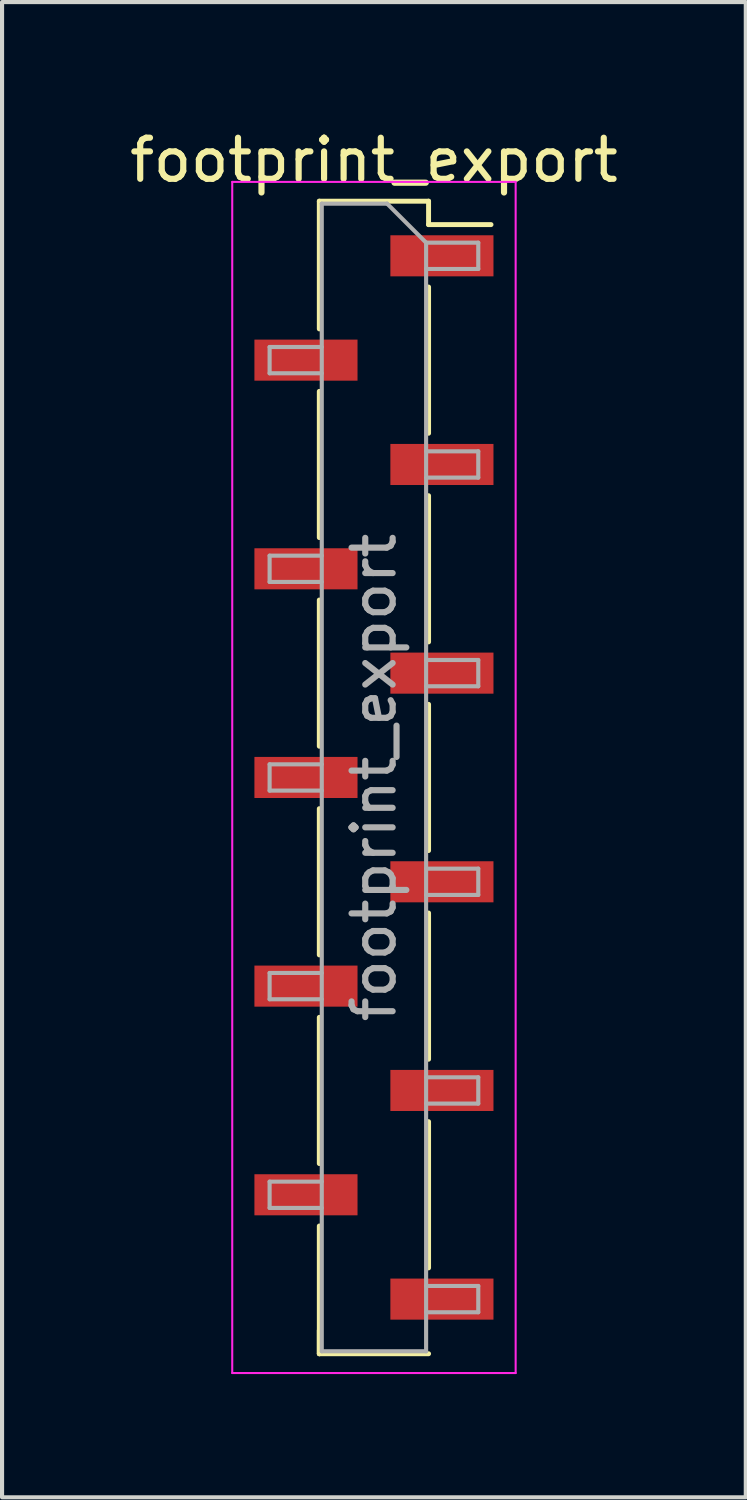
<source format=kicad_pcb>
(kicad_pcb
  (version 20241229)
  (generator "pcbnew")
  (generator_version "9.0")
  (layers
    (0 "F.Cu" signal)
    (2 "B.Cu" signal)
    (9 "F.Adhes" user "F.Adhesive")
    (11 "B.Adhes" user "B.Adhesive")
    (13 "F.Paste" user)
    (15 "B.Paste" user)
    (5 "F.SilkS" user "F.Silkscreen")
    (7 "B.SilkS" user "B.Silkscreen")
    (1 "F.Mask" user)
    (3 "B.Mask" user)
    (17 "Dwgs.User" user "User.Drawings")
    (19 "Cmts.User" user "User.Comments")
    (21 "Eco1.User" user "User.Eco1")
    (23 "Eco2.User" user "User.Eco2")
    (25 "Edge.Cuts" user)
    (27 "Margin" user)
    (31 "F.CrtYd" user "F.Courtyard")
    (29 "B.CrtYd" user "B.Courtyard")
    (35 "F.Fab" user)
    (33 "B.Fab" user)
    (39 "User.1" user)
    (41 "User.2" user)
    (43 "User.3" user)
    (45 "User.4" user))
  (footprint "footprint_export"
    (layer "F.Cu")
    (at 6.054 15.878)
    (property "Reference" "footprint_export" (at 0 -15.03 0) (layer "F.SilkS") (effects (font (size 1 1) (thickness 0.15))))
    (attr smd)
    (fp_line (start -1.33 -14.03) (end -1.33 -10.92) (stroke (width 0.12) (type solid)) (layer "F.SilkS"))
    (fp_line (start -1.33 -14.03) (end 1.33 -14.03) (stroke (width 0.12) (type solid)) (layer "F.SilkS"))
    (fp_line (start -1.33 -9.4) (end -1.33 -5.84) (stroke (width 0.12) (type solid)) (layer "F.SilkS"))
    (fp_line (start -1.33 -4.32) (end -1.33 -0.76) (stroke (width 0.12) (type solid)) (layer "F.SilkS"))
    (fp_line (start -1.33 0.76) (end -1.33 4.32) (stroke (width 0.12) (type solid)) (layer "F.SilkS"))
    (fp_line (start -1.33 5.84) (end -1.33 9.4) (stroke (width 0.12) (type solid)) (layer "F.SilkS"))
    (fp_line (start -1.33 10.92) (end -1.33 14.03) (stroke (width 0.12) (type solid)) (layer "F.SilkS"))
    (fp_line (start -1.33 13.46) (end -1.33 14.03) (stroke (width 0.12) (type solid)) (layer "F.SilkS"))
    (fp_line (start -1.33 14.03) (end 1.33 14.03) (stroke (width 0.12) (type solid)) (layer "F.SilkS"))
    (fp_line (start 1.33 -14.03) (end 1.33 -13.46) (stroke (width 0.12) (type solid)) (layer "F.SilkS"))
    (fp_line (start 1.33 -13.46) (end 2.85 -13.46) (stroke (width 0.12) (type solid)) (layer "F.SilkS"))
    (fp_line (start 1.33 -11.94) (end 1.33 -8.38) (stroke (width 0.12) (type solid)) (layer "F.SilkS"))
    (fp_line (start 1.33 -6.86) (end 1.33 -3.3) (stroke (width 0.12) (type solid)) (layer "F.SilkS"))
    (fp_line (start 1.33 -1.78) (end 1.33 1.78) (stroke (width 0.12) (type solid)) (layer "F.SilkS"))
    (fp_line (start 1.33 3.3) (end 1.33 6.86) (stroke (width 0.12) (type solid)) (layer "F.SilkS"))
    (fp_line (start 1.33 8.38) (end 1.33 11.94) (stroke (width 0.12) (type solid)) (layer "F.SilkS"))
    (fp_line (start -3.45 -14.5) (end -3.45 14.5) (stroke (width 0.05) (type solid)) (layer "F.CrtYd"))
    (fp_line (start -3.45 14.5) (end 3.45 14.5) (stroke (width 0.05) (type solid)) (layer "F.CrtYd"))
    (fp_line (start 3.45 -14.5) (end -3.45 -14.5) (stroke (width 0.05) (type solid)) (layer "F.CrtYd"))
    (fp_line (start 3.45 14.5) (end 3.45 -14.5) (stroke (width 0.05) (type solid)) (layer "F.CrtYd"))
    (fp_line (start -2.54 -10.48) (end -2.54 -9.84) (stroke (width 0.1) (type solid)) (layer "F.Fab"))
    (fp_line (start -2.54 -9.84) (end -1.27 -9.84) (stroke (width 0.1) (type solid)) (layer "F.Fab"))
    (fp_line (start -2.54 -5.4) (end -2.54 -4.76) (stroke (width 0.1) (type solid)) (layer "F.Fab"))
    (fp_line (start -2.54 -4.76) (end -1.27 -4.76) (stroke (width 0.1) (type solid)) (layer "F.Fab"))
    (fp_line (start -2.54 -0.32) (end -2.54 0.32) (stroke (width 0.1) (type solid)) (layer "F.Fab"))
    (fp_line (start -2.54 0.32) (end -1.27 0.32) (stroke (width 0.1) (type solid)) (layer "F.Fab"))
    (fp_line (start -2.54 4.76) (end -2.54 5.4) (stroke (width 0.1) (type solid)) (layer "F.Fab"))
    (fp_line (start -2.54 5.4) (end -1.27 5.4) (stroke (width 0.1) (type solid)) (layer "F.Fab"))
    (fp_line (start -2.54 9.84) (end -2.54 10.48) (stroke (width 0.1) (type solid)) (layer "F.Fab"))
    (fp_line (start -2.54 10.48) (end -1.27 10.48) (stroke (width 0.1) (type solid)) (layer "F.Fab"))
    (fp_line (start -1.27 -13.97) (end -1.27 13.97) (stroke (width 0.1) (type solid)) (layer "F.Fab"))
    (fp_line (start -1.27 -13.97) (end 0.32 -13.97) (stroke (width 0.1) (type solid)) (layer "F.Fab"))
    (fp_line (start -1.27 -10.48) (end -2.54 -10.48) (stroke (width 0.1) (type solid)) (layer "F.Fab"))
    (fp_line (start -1.27 -5.4) (end -2.54 -5.4) (stroke (width 0.1) (type solid)) (layer "F.Fab"))
    (fp_line (start -1.27 -0.32) (end -2.54 -0.32) (stroke (width 0.1) (type solid)) (layer "F.Fab"))
    (fp_line (start -1.27 4.76) (end -2.54 4.76) (stroke (width 0.1) (type solid)) (layer "F.Fab"))
    (fp_line (start -1.27 9.84) (end -2.54 9.84) (stroke (width 0.1) (type solid)) (layer "F.Fab"))
    (fp_line (start 1.27 -13.02) (end 0.32 -13.97) (stroke (width 0.1) (type solid)) (layer "F.Fab"))
    (fp_line (start 1.27 -13.02) (end 2.54 -13.02) (stroke (width 0.1) (type solid)) (layer "F.Fab"))
    (fp_line (start 1.27 -7.94) (end 2.54 -7.94) (stroke (width 0.1) (type solid)) (layer "F.Fab"))
    (fp_line (start 1.27 -2.86) (end 2.54 -2.86) (stroke (width 0.1) (type solid)) (layer "F.Fab"))
    (fp_line (start 1.27 2.22) (end 2.54 2.22) (stroke (width 0.1) (type solid)) (layer "F.Fab"))
    (fp_line (start 1.27 7.3) (end 2.54 7.3) (stroke (width 0.1) (type solid)) (layer "F.Fab"))
    (fp_line (start 1.27 12.38) (end 2.54 12.38) (stroke (width 0.1) (type solid)) (layer "F.Fab"))
    (fp_line (start 1.27 13.97) (end -1.27 13.97) (stroke (width 0.1) (type solid)) (layer "F.Fab"))
    (fp_line (start 1.27 13.97) (end 1.27 -13.02) (stroke (width 0.1) (type solid)) (layer "F.Fab"))
    (fp_line (start 2.54 -13.02) (end 2.54 -12.38) (stroke (width 0.1) (type solid)) (layer "F.Fab"))
    (fp_line (start 2.54 -12.38) (end 1.27 -12.38) (stroke (width 0.1) (type solid)) (layer "F.Fab"))
    (fp_line (start 2.54 -7.94) (end 2.54 -7.3) (stroke (width 0.1) (type solid)) (layer "F.Fab"))
    (fp_line (start 2.54 -7.3) (end 1.27 -7.3) (stroke (width 0.1) (type solid)) (layer "F.Fab"))
    (fp_line (start 2.54 -2.86) (end 2.54 -2.22) (stroke (width 0.1) (type solid)) (layer "F.Fab"))
    (fp_line (start 2.54 -2.22) (end 1.27 -2.22) (stroke (width 0.1) (type solid)) (layer "F.Fab"))
    (fp_line (start 2.54 2.22) (end 2.54 2.86) (stroke (width 0.1) (type solid)) (layer "F.Fab"))
    (fp_line (start 2.54 2.86) (end 1.27 2.86) (stroke (width 0.1) (type solid)) (layer "F.Fab"))
    (fp_line (start 2.54 7.3) (end 2.54 7.94) (stroke (width 0.1) (type solid)) (layer "F.Fab"))
    (fp_line (start 2.54 7.94) (end 1.27 7.94) (stroke (width 0.1) (type solid)) (layer "F.Fab"))
    (fp_line (start 2.54 12.38) (end 2.54 13.02) (stroke (width 0.1) (type solid)) (layer "F.Fab"))
    (fp_line (start 2.54 13.02) (end 1.27 13.02) (stroke (width 0.1) (type solid)) (layer "F.Fab"))
    (fp_text user "${REFERENCE}" (at 0 0 90) (layer "F.Fab") (effects (font (size 1 1) (thickness 0.15))))
    (pad "1" smd rect (at 1.655 -12.7) (size 2.51 1) (layers "F.Cu" "F.Mask" "F.Paste"))
    (pad "2" smd rect (at -1.655 -10.16) (size 2.51 1) (layers "F.Cu" "F.Mask" "F.Paste"))
    (pad "3" smd rect (at 1.655 -7.62) (size 2.51 1) (layers "F.Cu" "F.Mask" "F.Paste"))
    (pad "4" smd rect (at -1.655 -5.08) (size 2.51 1) (layers "F.Cu" "F.Mask" "F.Paste"))
    (pad "5" smd rect (at 1.655 -2.54) (size 2.51 1) (layers "F.Cu" "F.Mask" "F.Paste"))
    (pad "6" smd rect (at -1.655 0) (size 2.51 1) (layers "F.Cu" "F.Mask" "F.Paste"))
    (pad "7" smd rect (at 1.655 2.54) (size 2.51 1) (layers "F.Cu" "F.Mask" "F.Paste"))
    (pad "8" smd rect (at -1.655 5.08) (size 2.51 1) (layers "F.Cu" "F.Mask" "F.Paste"))
    (pad "9" smd rect (at 1.655 7.62) (size 2.51 1) (layers "F.Cu" "F.Mask" "F.Paste"))
    (pad "10" smd rect (at -1.655 10.16) (size 2.51 1) (layers "F.Cu" "F.Mask" "F.Paste"))
    (pad "11" smd rect (at 1.655 12.7) (size 2.51 1) (layers "F.Cu" "F.Mask" "F.Paste")))
  (gr_rect
    (start -3 -3)
    (end 15.107 33.403)
    (stroke (width 0.1) (type default))
    (fill no)
    (layer "Edge.Cuts")))
</source>
